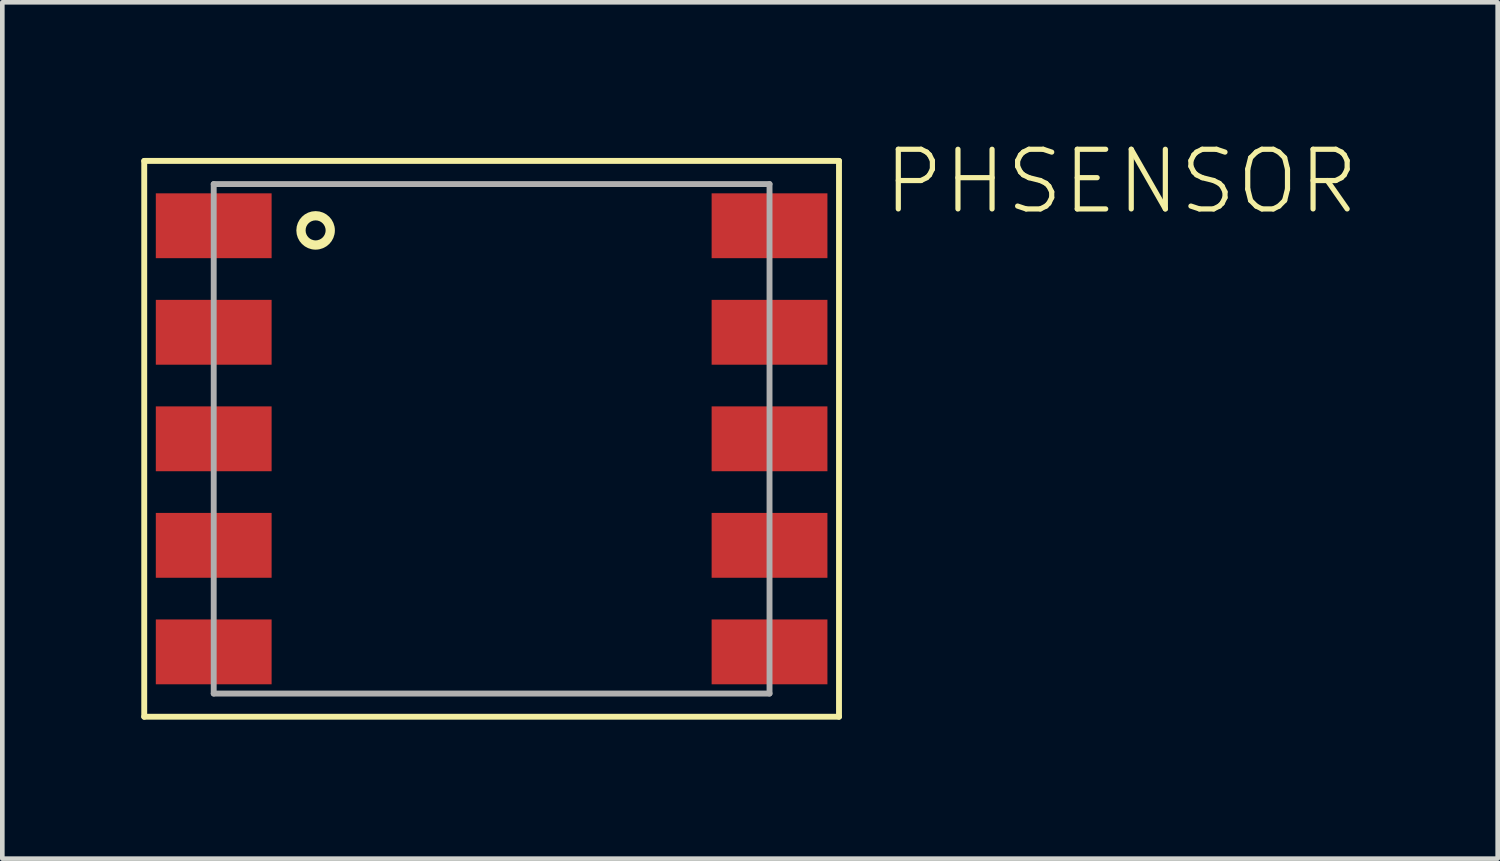
<source format=kicad_pcb>
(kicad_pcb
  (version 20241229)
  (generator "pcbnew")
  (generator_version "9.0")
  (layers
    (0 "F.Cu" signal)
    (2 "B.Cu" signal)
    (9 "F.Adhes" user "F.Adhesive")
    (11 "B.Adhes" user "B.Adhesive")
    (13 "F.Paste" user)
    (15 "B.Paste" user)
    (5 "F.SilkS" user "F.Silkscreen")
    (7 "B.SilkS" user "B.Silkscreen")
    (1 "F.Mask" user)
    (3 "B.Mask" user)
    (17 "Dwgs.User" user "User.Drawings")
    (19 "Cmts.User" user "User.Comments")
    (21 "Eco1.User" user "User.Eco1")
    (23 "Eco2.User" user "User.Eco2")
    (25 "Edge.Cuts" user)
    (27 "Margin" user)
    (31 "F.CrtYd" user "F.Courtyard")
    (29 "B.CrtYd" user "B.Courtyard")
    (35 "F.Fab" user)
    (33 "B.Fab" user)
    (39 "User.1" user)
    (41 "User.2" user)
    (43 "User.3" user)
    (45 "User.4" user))
  (footprint "PHSENSOR"
    (layer "F.Cu")
    (at 7.564 6.424)
    (property "Reference" "PHSENSOR" (at 8.4 -4.8 0) (unlocked yes) (layer "F.SilkS") (effects (font (size 1.288 1.288) (thickness 0.112)) (justify left bottom)))
    (fp_line (start -7.5 -6) (end -7.5 6) (stroke (width 0.127) (type solid)) (layer "F.SilkS"))
    (fp_line (start -7.5 6) (end 7.5 6) (stroke (width 0.127) (type solid)) (layer "F.SilkS"))
    (fp_line (start 7.5 -6) (end -7.5 -6) (stroke (width 0.127) (type solid)) (layer "F.SilkS"))
    (fp_line (start 7.5 6) (end 7.5 -6) (stroke (width 0.127) (type solid)) (layer "F.SilkS"))
    (fp_circle (center -3.8 -4.5) (end -3.484 -4.5) (stroke (width 0.2) (type solid)) (fill no) (layer "F.SilkS"))
    (fp_line (start -6 -5.5) (end 6 -5.5) (stroke (width 0.127) (type solid)) (layer "F.Fab"))
    (fp_line (start -6 5.5) (end -6 -5.5) (stroke (width 0.127) (type solid)) (layer "F.Fab"))
    (fp_line (start 6 -5.5) (end 6 5.5) (stroke (width 0.127) (type solid)) (layer "F.Fab"))
    (fp_line (start 6 5.5) (end -6 5.5) (stroke (width 0.127) (type solid)) (layer "F.Fab"))
    (pad "P$1" smd rect (at -6 -4.6) (size 2.5 1.4) (layers "F.Cu" "F.Mask" "F.Paste"))
    (pad "P$2" smd rect (at -6 -2.3) (size 2.5 1.4) (layers "F.Cu" "F.Mask" "F.Paste"))
    (pad "P$3" smd rect (at -6 0) (size 2.5 1.4) (layers "F.Cu" "F.Mask" "F.Paste"))
    (pad "P$4" smd rect (at -6 2.3) (size 2.5 1.4) (layers "F.Cu" "F.Mask" "F.Paste"))
    (pad "P$5" smd rect (at -6 4.6) (size 2.5 1.4) (layers "F.Cu" "F.Mask" "F.Paste"))
    (pad "P$6" smd rect (at 6 4.6) (size 2.5 1.4) (layers "F.Cu" "F.Mask" "F.Paste"))
    (pad "P$7" smd rect (at 6 2.3) (size 2.5 1.4) (layers "F.Cu" "F.Mask" "F.Paste"))
    (pad "P$8" smd rect (at 6 0) (size 2.5 1.4) (layers "F.Cu" "F.Mask" "F.Paste"))
    (pad "P$9" smd rect (at 6 -2.3) (size 2.5 1.4) (layers "F.Cu" "F.Mask" "F.Paste"))
    (pad "P$10" smd rect (at 6 -4.6) (size 2.5 1.4) (layers "F.Cu" "F.Mask" "F.Paste")))
  (gr_rect
    (start -3 -3)
    (end 29.285 15.488)
    (stroke (width 0.1) (type default))
    (fill no)
    (layer "Edge.Cuts")))
</source>
